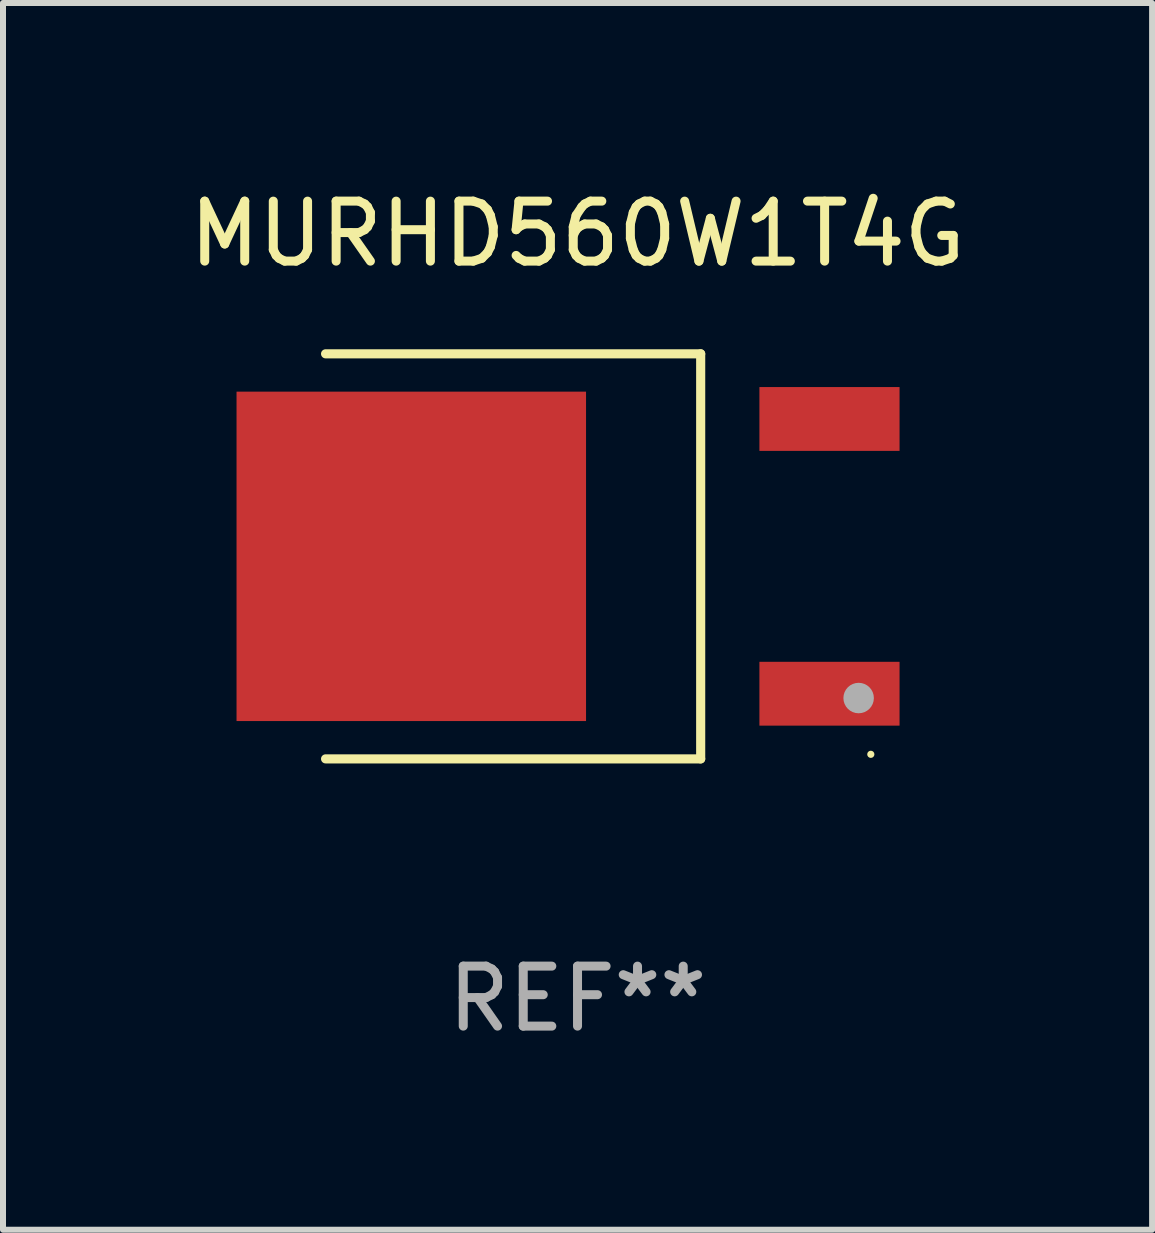
<source format=kicad_pcb>
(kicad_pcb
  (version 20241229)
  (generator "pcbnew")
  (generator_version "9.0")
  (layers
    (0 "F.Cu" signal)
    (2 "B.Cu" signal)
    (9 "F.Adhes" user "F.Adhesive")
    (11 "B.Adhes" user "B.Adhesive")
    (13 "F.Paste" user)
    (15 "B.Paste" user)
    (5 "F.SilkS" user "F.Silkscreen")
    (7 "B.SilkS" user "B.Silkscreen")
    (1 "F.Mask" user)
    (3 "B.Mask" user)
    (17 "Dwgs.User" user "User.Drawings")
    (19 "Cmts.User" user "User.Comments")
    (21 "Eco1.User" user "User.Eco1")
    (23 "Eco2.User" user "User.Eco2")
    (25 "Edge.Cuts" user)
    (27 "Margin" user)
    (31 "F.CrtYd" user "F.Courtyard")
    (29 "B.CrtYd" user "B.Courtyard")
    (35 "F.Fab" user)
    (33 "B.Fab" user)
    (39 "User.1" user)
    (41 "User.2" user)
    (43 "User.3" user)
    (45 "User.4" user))
  (footprint "MURHD560W1T4G"
    (layer "F.Cu")
    (at 6.577 6.224)
    (property "Reference" "MURHD560W1T4G" (at 0 -5.376 0) (layer "F.SilkS") (effects (font (size 1 1) (thickness 0.15))))
    (attr through_hole)
    (fp_line (start -4.2 -3.376) (end 2.053 -3.376) (stroke (width 0.152) (type solid)) (layer "F.SilkS"))
    (fp_line (start -4.2 3.376) (end 2.053 3.376) (stroke (width 0.152) (type solid)) (layer "F.SilkS"))
    (fp_line (start 2.053 3.376) (end 2.053 -3.376) (stroke (width 0.152) (type solid)) (layer "F.SilkS"))
    (fp_circle (center 4.889 3.3) (end 4.919 3.3) (stroke (width 0.06) (type solid)) (fill no) (layer "F.SilkS"))
    (fp_circle (center 4.686 2.362) (end 4.813 2.362) (stroke (width 0.254) (type solid)) (fill no) (layer "F.Fab"))
    (fp_text user "REF**" (at 0 7.376 0) (layer "F.Fab") (effects (font (size 1 1) (thickness 0.15))))
    (pad "1" smd rect (at 4.2 2.29) (size 2.336 1.064) (layers "F.Cu" "F.Mask" "F.Paste"))
    (pad "3" smd rect (at 4.2 -2.29) (size 2.336 1.064) (layers "F.Cu" "F.Mask" "F.Paste"))
    (pad "4" smd rect (at -2.771 0) (size 5.826 5.491) (layers "F.Cu" "F.Mask" "F.Paste")))
  (gr_rect
    (start -3 -3)
    (end 16.155 17.449)
    (stroke (width 0.1) (type default))
    (fill no)
    (layer "Edge.Cuts")))
</source>
